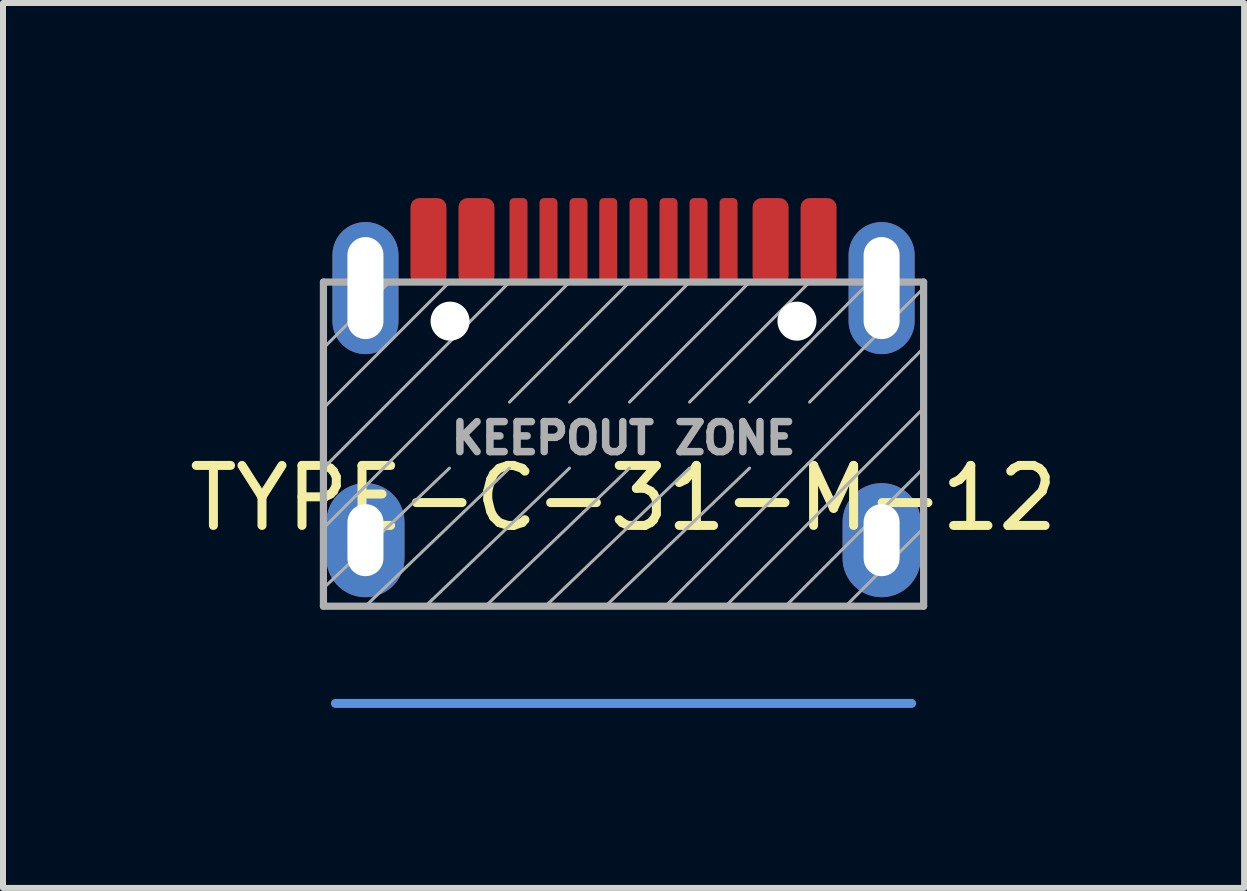
<source format=kicad_pcb>
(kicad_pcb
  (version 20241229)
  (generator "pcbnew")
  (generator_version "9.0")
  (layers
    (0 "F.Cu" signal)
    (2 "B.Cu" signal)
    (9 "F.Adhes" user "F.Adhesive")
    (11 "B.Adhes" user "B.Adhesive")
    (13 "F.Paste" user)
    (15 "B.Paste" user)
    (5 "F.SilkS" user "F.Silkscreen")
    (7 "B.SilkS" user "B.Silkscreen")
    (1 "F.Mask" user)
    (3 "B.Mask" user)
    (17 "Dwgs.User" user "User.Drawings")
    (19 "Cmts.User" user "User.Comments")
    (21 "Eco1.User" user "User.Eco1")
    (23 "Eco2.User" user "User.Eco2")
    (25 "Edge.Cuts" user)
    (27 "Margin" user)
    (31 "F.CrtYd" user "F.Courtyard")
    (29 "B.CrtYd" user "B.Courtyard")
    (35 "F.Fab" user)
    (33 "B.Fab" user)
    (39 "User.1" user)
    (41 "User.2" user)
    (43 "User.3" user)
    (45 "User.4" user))
  (footprint "TYPE-C-31-M-12"
    (layer "F.Cu")
    (at 7.339 0.25)
    (property "Reference" "TYPE-C-31-M-12" (at 0 5 0) (layer "F.SilkS") (effects (font (size 1 1) (thickness 0.15))))
    (attr through_hole)
    (fp_line (start 4.8 8.42) (end -4.8 8.42) (stroke (width 0.15) (type solid)) (layer "Cmts.User"))
    (fp_line (start -5 1.4) (end -5 6.8) (stroke (width 0.12) (type solid)) (layer "F.Fab"))
    (fp_line (start -5 2.5) (end -3.9 1.4) (stroke (width 0.05) (type solid)) (layer "F.Fab"))
    (fp_line (start -5 3.5) (end -2.9 1.4) (stroke (width 0.05) (type solid)) (layer "F.Fab"))
    (fp_line (start -5 4.5) (end -1.9 1.4) (stroke (width 0.05) (type solid)) (layer "F.Fab"))
    (fp_line (start -5 5.5) (end -0.9 1.4) (stroke (width 0.05) (type solid)) (layer "F.Fab"))
    (fp_line (start -5 6.5) (end -2.9 4.5) (stroke (width 0.05) (type solid)) (layer "F.Fab"))
    (fp_line (start -5 6.8) (end 5 6.8) (stroke (width 0.12) (type solid)) (layer "F.Fab"))
    (fp_line (start -4.3 6.8) (end -1.9 4.5) (stroke (width 0.05) (type solid)) (layer "F.Fab"))
    (fp_line (start -3.3 6.8) (end -0.9 4.5) (stroke (width 0.05) (type solid)) (layer "F.Fab"))
    (fp_line (start -2.3 6.8) (end 0.1 4.5) (stroke (width 0.05) (type solid)) (layer "F.Fab"))
    (fp_line (start -1.9 3.4) (end 0.1 1.4) (stroke (width 0.05) (type solid)) (layer "F.Fab"))
    (fp_line (start -1.3 6.8) (end 1.1 4.5) (stroke (width 0.05) (type solid)) (layer "F.Fab"))
    (fp_line (start -0.9 3.4) (end 1.1 1.4) (stroke (width 0.05) (type solid)) (layer "F.Fab"))
    (fp_line (start -0.3 6.8) (end 2.1 4.5) (stroke (width 0.05) (type solid)) (layer "F.Fab"))
    (fp_line (start 0.1 3.4) (end 2.1 1.4) (stroke (width 0.05) (type solid)) (layer "F.Fab"))
    (fp_line (start 0.7 6.8) (end 5 2.5) (stroke (width 0.05) (type solid)) (layer "F.Fab"))
    (fp_line (start 1.1 3.4) (end 3.1 1.4) (stroke (width 0.05) (type solid)) (layer "F.Fab"))
    (fp_line (start 1.7 6.8) (end 5 3.5) (stroke (width 0.05) (type solid)) (layer "F.Fab"))
    (fp_line (start 2.1 3.4) (end 4.1 1.4) (stroke (width 0.05) (type solid)) (layer "F.Fab"))
    (fp_line (start 2.7 6.8) (end 5 4.5) (stroke (width 0.05) (type solid)) (layer "F.Fab"))
    (fp_line (start 3.1 3.4) (end 5 1.5) (stroke (width 0.05) (type solid)) (layer "F.Fab"))
    (fp_line (start 3.7 6.8) (end 5 5.5) (stroke (width 0.05) (type solid)) (layer "F.Fab"))
    (fp_line (start 5 1.4) (end -5 1.4) (stroke (width 0.12) (type solid)) (layer "F.Fab"))
    (fp_line (start 5 6.8) (end 5 1.4) (stroke (width 0.12) (type solid)) (layer "F.Fab"))
    (fp_text user "KEEPOUT ZONE" (at 0 4 0) (layer "F.Fab") (effects (font (size 0.5 0.5) (thickness 0.125))))
    (pad "" np_thru_hole circle (at -2.89 2.051) (size 0.65 0.65) (drill 0.65) (layers "*.Cu" "*.Mask"))
    (pad "" np_thru_hole circle (at 2.89 2.051) (size 0.65 0.65) (drill 0.65) (layers "*.Cu" "*.Mask"))
    (pad "A1" smd roundrect (at -3.25 1.275) (size 0.6 1.45) (drill (offset 0 -0.55)) (layers "F.Cu" "F.Mask" "F.Paste") (roundrect_rratio 0.25))
    (pad "A4" smd roundrect (at -2.45 1.275) (size 0.6 1.45) (drill (offset 0 -0.55)) (layers "F.Cu" "F.Mask" "F.Paste") (roundrect_rratio 0.25))
    (pad "A5" smd roundrect (at -1.25 1.275) (size 0.3 1.45) (drill (offset 0 -0.55)) (layers "F.Cu" "F.Mask" "F.Paste") (roundrect_rratio 0.25))
    (pad "A6" smd roundrect (at -0.254 1.275) (size 0.3 1.45) (drill (offset 0 -0.55)) (layers "F.Cu" "F.Mask" "F.Paste") (roundrect_rratio 0.25))
    (pad "A7" smd roundrect (at 0.25 1.275) (size 0.3 1.45) (drill (offset 0 -0.55)) (layers "F.Cu" "F.Mask" "F.Paste") (roundrect_rratio 0.25))
    (pad "A8" smd roundrect (at 1.25 1.275) (size 0.3 1.45) (drill (offset 0 -0.55)) (layers "F.Cu" "F.Mask" "F.Paste") (roundrect_rratio 0.25))
    (pad "B1" smd roundrect (at 3.25 1.275) (size 0.6 1.45) (drill (offset 0 -0.55)) (layers "F.Cu" "F.Mask" "F.Paste") (roundrect_rratio 0.25))
    (pad "B4" smd roundrect (at 2.45 1.275) (size 0.6 1.45) (drill (offset 0 -0.55)) (layers "F.Cu" "F.Mask" "F.Paste") (roundrect_rratio 0.25))
    (pad "B5" smd roundrect (at 1.75 1.275) (size 0.3 1.45) (drill (offset 0 -0.55)) (layers "F.Cu" "F.Mask" "F.Paste") (roundrect_rratio 0.25))
    (pad "B6" smd roundrect (at 0.75 1.275) (size 0.3 1.45) (drill (offset 0 -0.55)) (layers "F.Cu" "F.Mask" "F.Paste") (roundrect_rratio 0.25))
    (pad "B7" smd roundrect (at -0.75 1.275) (size 0.3 1.45) (drill (offset 0 -0.55)) (layers "F.Cu" "F.Mask" "F.Paste") (roundrect_rratio 0.25))
    (pad "B8" smd roundrect (at -1.75 1.275) (size 0.3 1.45) (drill (offset 0 -0.55)) (layers "F.Cu" "F.Mask" "F.Paste") (roundrect_rratio 0.25))
    (pad "S" thru_hole oval (at -4.3 1.5) (size 1.1 2.2) (drill oval 0.6 1.7) (layers "*.Cu" "*.Mask"))
    (pad "S" thru_hole oval (at -4.3 5.7) (size 1.3 1.9) (drill oval 0.6 1.2) (layers "*.Cu" "*.Mask"))
    (pad "S" thru_hole oval (at 4.3 1.5) (size 1.1 2.2) (drill oval 0.6 1.7) (layers "*.Cu" "*.Mask"))
    (pad "S" thru_hole oval (at 4.3 5.7) (size 1.3 1.9) (drill oval 0.6 1.2) (layers "*.Cu" "*.Mask")))
  (gr_rect
    (start -3 -3)
    (end 17.679 11.745)
    (stroke (width 0.1) (type default))
    (fill no)
    (layer "Edge.Cuts")))
</source>
